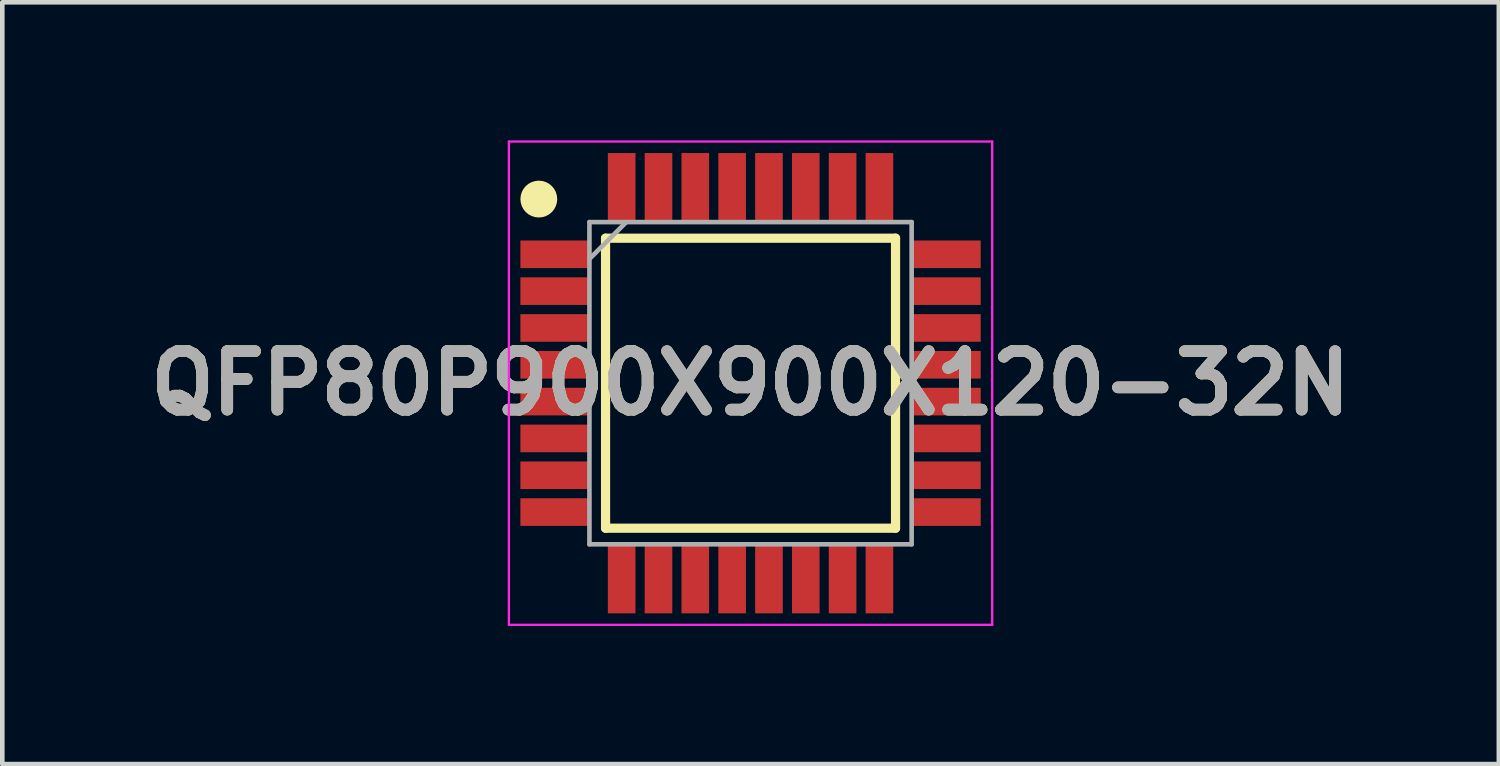
<source format=kicad_pcb>
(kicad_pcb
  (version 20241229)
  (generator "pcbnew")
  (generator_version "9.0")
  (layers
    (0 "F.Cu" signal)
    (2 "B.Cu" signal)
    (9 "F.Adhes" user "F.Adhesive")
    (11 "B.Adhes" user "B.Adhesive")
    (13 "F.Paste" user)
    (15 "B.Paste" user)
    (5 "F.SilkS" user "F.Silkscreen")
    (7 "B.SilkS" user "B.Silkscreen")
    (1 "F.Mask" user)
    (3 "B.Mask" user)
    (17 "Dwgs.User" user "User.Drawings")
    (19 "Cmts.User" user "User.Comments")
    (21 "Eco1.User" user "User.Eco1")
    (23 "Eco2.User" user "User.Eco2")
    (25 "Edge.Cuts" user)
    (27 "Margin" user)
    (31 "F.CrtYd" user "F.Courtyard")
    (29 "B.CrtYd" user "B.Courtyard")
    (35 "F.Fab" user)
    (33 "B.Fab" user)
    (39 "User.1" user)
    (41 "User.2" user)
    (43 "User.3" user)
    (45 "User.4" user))
  (footprint "QFP80P900X900X120-32N"
    (layer "F.Cu")
    (at 13.256 5.275)
    (property "Reference" "QFP80P900X900X120-32N" (at 0 0 0) (layer "F.SilkS") (effects (font (size 1.27 1.27) (thickness 0.254))))
    (attr smd)
    (fp_line (start -3.15 -3.15) (end 3.15 -3.15) (stroke (width 0.2) (type solid)) (layer "F.SilkS"))
    (fp_line (start -3.15 3.15) (end -3.15 -3.15) (stroke (width 0.2) (type solid)) (layer "F.SilkS"))
    (fp_line (start 3.15 -3.15) (end 3.15 3.15) (stroke (width 0.2) (type solid)) (layer "F.SilkS"))
    (fp_line (start 3.15 3.15) (end -3.15 3.15) (stroke (width 0.2) (type solid)) (layer "F.SilkS"))
    (fp_circle (center -4.6 -4) (end -4.6 -3.8) (stroke (width 0.4) (type solid)) (fill no) (layer "F.SilkS"))
    (fp_line (start -5.25 -5.25) (end 5.25 -5.25) (stroke (width 0.05) (type solid)) (layer "F.CrtYd"))
    (fp_line (start -5.25 5.25) (end -5.25 -5.25) (stroke (width 0.05) (type solid)) (layer "F.CrtYd"))
    (fp_line (start 5.25 -5.25) (end 5.25 5.25) (stroke (width 0.05) (type solid)) (layer "F.CrtYd"))
    (fp_line (start 5.25 5.25) (end -5.25 5.25) (stroke (width 0.05) (type solid)) (layer "F.CrtYd"))
    (fp_line (start -3.5 -3.5) (end 3.5 -3.5) (stroke (width 0.1) (type solid)) (layer "F.Fab"))
    (fp_line (start -3.5 -2.7) (end -2.7 -3.5) (stroke (width 0.1) (type solid)) (layer "F.Fab"))
    (fp_line (start -3.5 3.5) (end -3.5 -3.5) (stroke (width 0.1) (type solid)) (layer "F.Fab"))
    (fp_line (start 3.5 -3.5) (end 3.5 3.5) (stroke (width 0.1) (type solid)) (layer "F.Fab"))
    (fp_line (start 3.5 3.5) (end -3.5 3.5) (stroke (width 0.1) (type solid)) (layer "F.Fab"))
    (fp_text user "${REFERENCE}" (at 0 0 0) (layer "F.Fab") (effects (font (size 1.27 1.27) (thickness 0.254))))
    (pad "1" smd rect (at -4.25 -2.8 90) (size 0.6 1.5) (layers "F.Cu" "F.Mask" "F.Paste"))
    (pad "2" smd rect (at -4.25 -2 90) (size 0.6 1.5) (layers "F.Cu" "F.Mask" "F.Paste"))
    (pad "3" smd rect (at -4.25 -1.2 90) (size 0.6 1.5) (layers "F.Cu" "F.Mask" "F.Paste"))
    (pad "4" smd rect (at -4.25 -0.4 90) (size 0.6 1.5) (layers "F.Cu" "F.Mask" "F.Paste"))
    (pad "5" smd rect (at -4.25 0.4 90) (size 0.6 1.5) (layers "F.Cu" "F.Mask" "F.Paste"))
    (pad "6" smd rect (at -4.25 1.2 90) (size 0.6 1.5) (layers "F.Cu" "F.Mask" "F.Paste"))
    (pad "7" smd rect (at -4.25 2 90) (size 0.6 1.5) (layers "F.Cu" "F.Mask" "F.Paste"))
    (pad "8" smd rect (at -4.25 2.8 90) (size 0.6 1.5) (layers "F.Cu" "F.Mask" "F.Paste"))
    (pad "9" smd rect (at -2.8 4.25) (size 0.6 1.5) (layers "F.Cu" "F.Mask" "F.Paste"))
    (pad "10" smd rect (at -2 4.25) (size 0.6 1.5) (layers "F.Cu" "F.Mask" "F.Paste"))
    (pad "11" smd rect (at -1.2 4.25) (size 0.6 1.5) (layers "F.Cu" "F.Mask" "F.Paste"))
    (pad "12" smd rect (at -0.4 4.25) (size 0.6 1.5) (layers "F.Cu" "F.Mask" "F.Paste"))
    (pad "13" smd rect (at 0.4 4.25) (size 0.6 1.5) (layers "F.Cu" "F.Mask" "F.Paste"))
    (pad "14" smd rect (at 1.2 4.25) (size 0.6 1.5) (layers "F.Cu" "F.Mask" "F.Paste"))
    (pad "15" smd rect (at 2 4.25) (size 0.6 1.5) (layers "F.Cu" "F.Mask" "F.Paste"))
    (pad "16" smd rect (at 2.8 4.25) (size 0.6 1.5) (layers "F.Cu" "F.Mask" "F.Paste"))
    (pad "17" smd rect (at 4.25 2.8 90) (size 0.6 1.5) (layers "F.Cu" "F.Mask" "F.Paste"))
    (pad "18" smd rect (at 4.25 2 90) (size 0.6 1.5) (layers "F.Cu" "F.Mask" "F.Paste"))
    (pad "19" smd rect (at 4.25 1.2 90) (size 0.6 1.5) (layers "F.Cu" "F.Mask" "F.Paste"))
    (pad "20" smd rect (at 4.25 0.4 90) (size 0.6 1.5) (layers "F.Cu" "F.Mask" "F.Paste"))
    (pad "21" smd rect (at 4.25 -0.4 90) (size 0.6 1.5) (layers "F.Cu" "F.Mask" "F.Paste"))
    (pad "22" smd rect (at 4.25 -1.2 90) (size 0.6 1.5) (layers "F.Cu" "F.Mask" "F.Paste"))
    (pad "23" smd rect (at 4.25 -2 90) (size 0.6 1.5) (layers "F.Cu" "F.Mask" "F.Paste"))
    (pad "24" smd rect (at 4.25 -2.8 90) (size 0.6 1.5) (layers "F.Cu" "F.Mask" "F.Paste"))
    (pad "25" smd rect (at 2.8 -4.25) (size 0.6 1.5) (layers "F.Cu" "F.Mask" "F.Paste"))
    (pad "26" smd rect (at 2 -4.25) (size 0.6 1.5) (layers "F.Cu" "F.Mask" "F.Paste"))
    (pad "27" smd rect (at 1.2 -4.25) (size 0.6 1.5) (layers "F.Cu" "F.Mask" "F.Paste"))
    (pad "28" smd rect (at 0.4 -4.25) (size 0.6 1.5) (layers "F.Cu" "F.Mask" "F.Paste"))
    (pad "29" smd rect (at -0.4 -4.25) (size 0.6 1.5) (layers "F.Cu" "F.Mask" "F.Paste"))
    (pad "30" smd rect (at -1.2 -4.25) (size 0.6 1.5) (layers "F.Cu" "F.Mask" "F.Paste"))
    (pad "31" smd rect (at -2 -4.25) (size 0.6 1.5) (layers "F.Cu" "F.Mask" "F.Paste"))
    (pad "32" smd rect (at -2.8 -4.25) (size 0.6 1.5) (layers "F.Cu" "F.Mask" "F.Paste")))
  (gr_rect
    (start -3 -3)
    (end 29.513 13.55)
    (stroke (width 0.1) (type default))
    (fill no)
    (layer "Edge.Cuts")))
</source>
